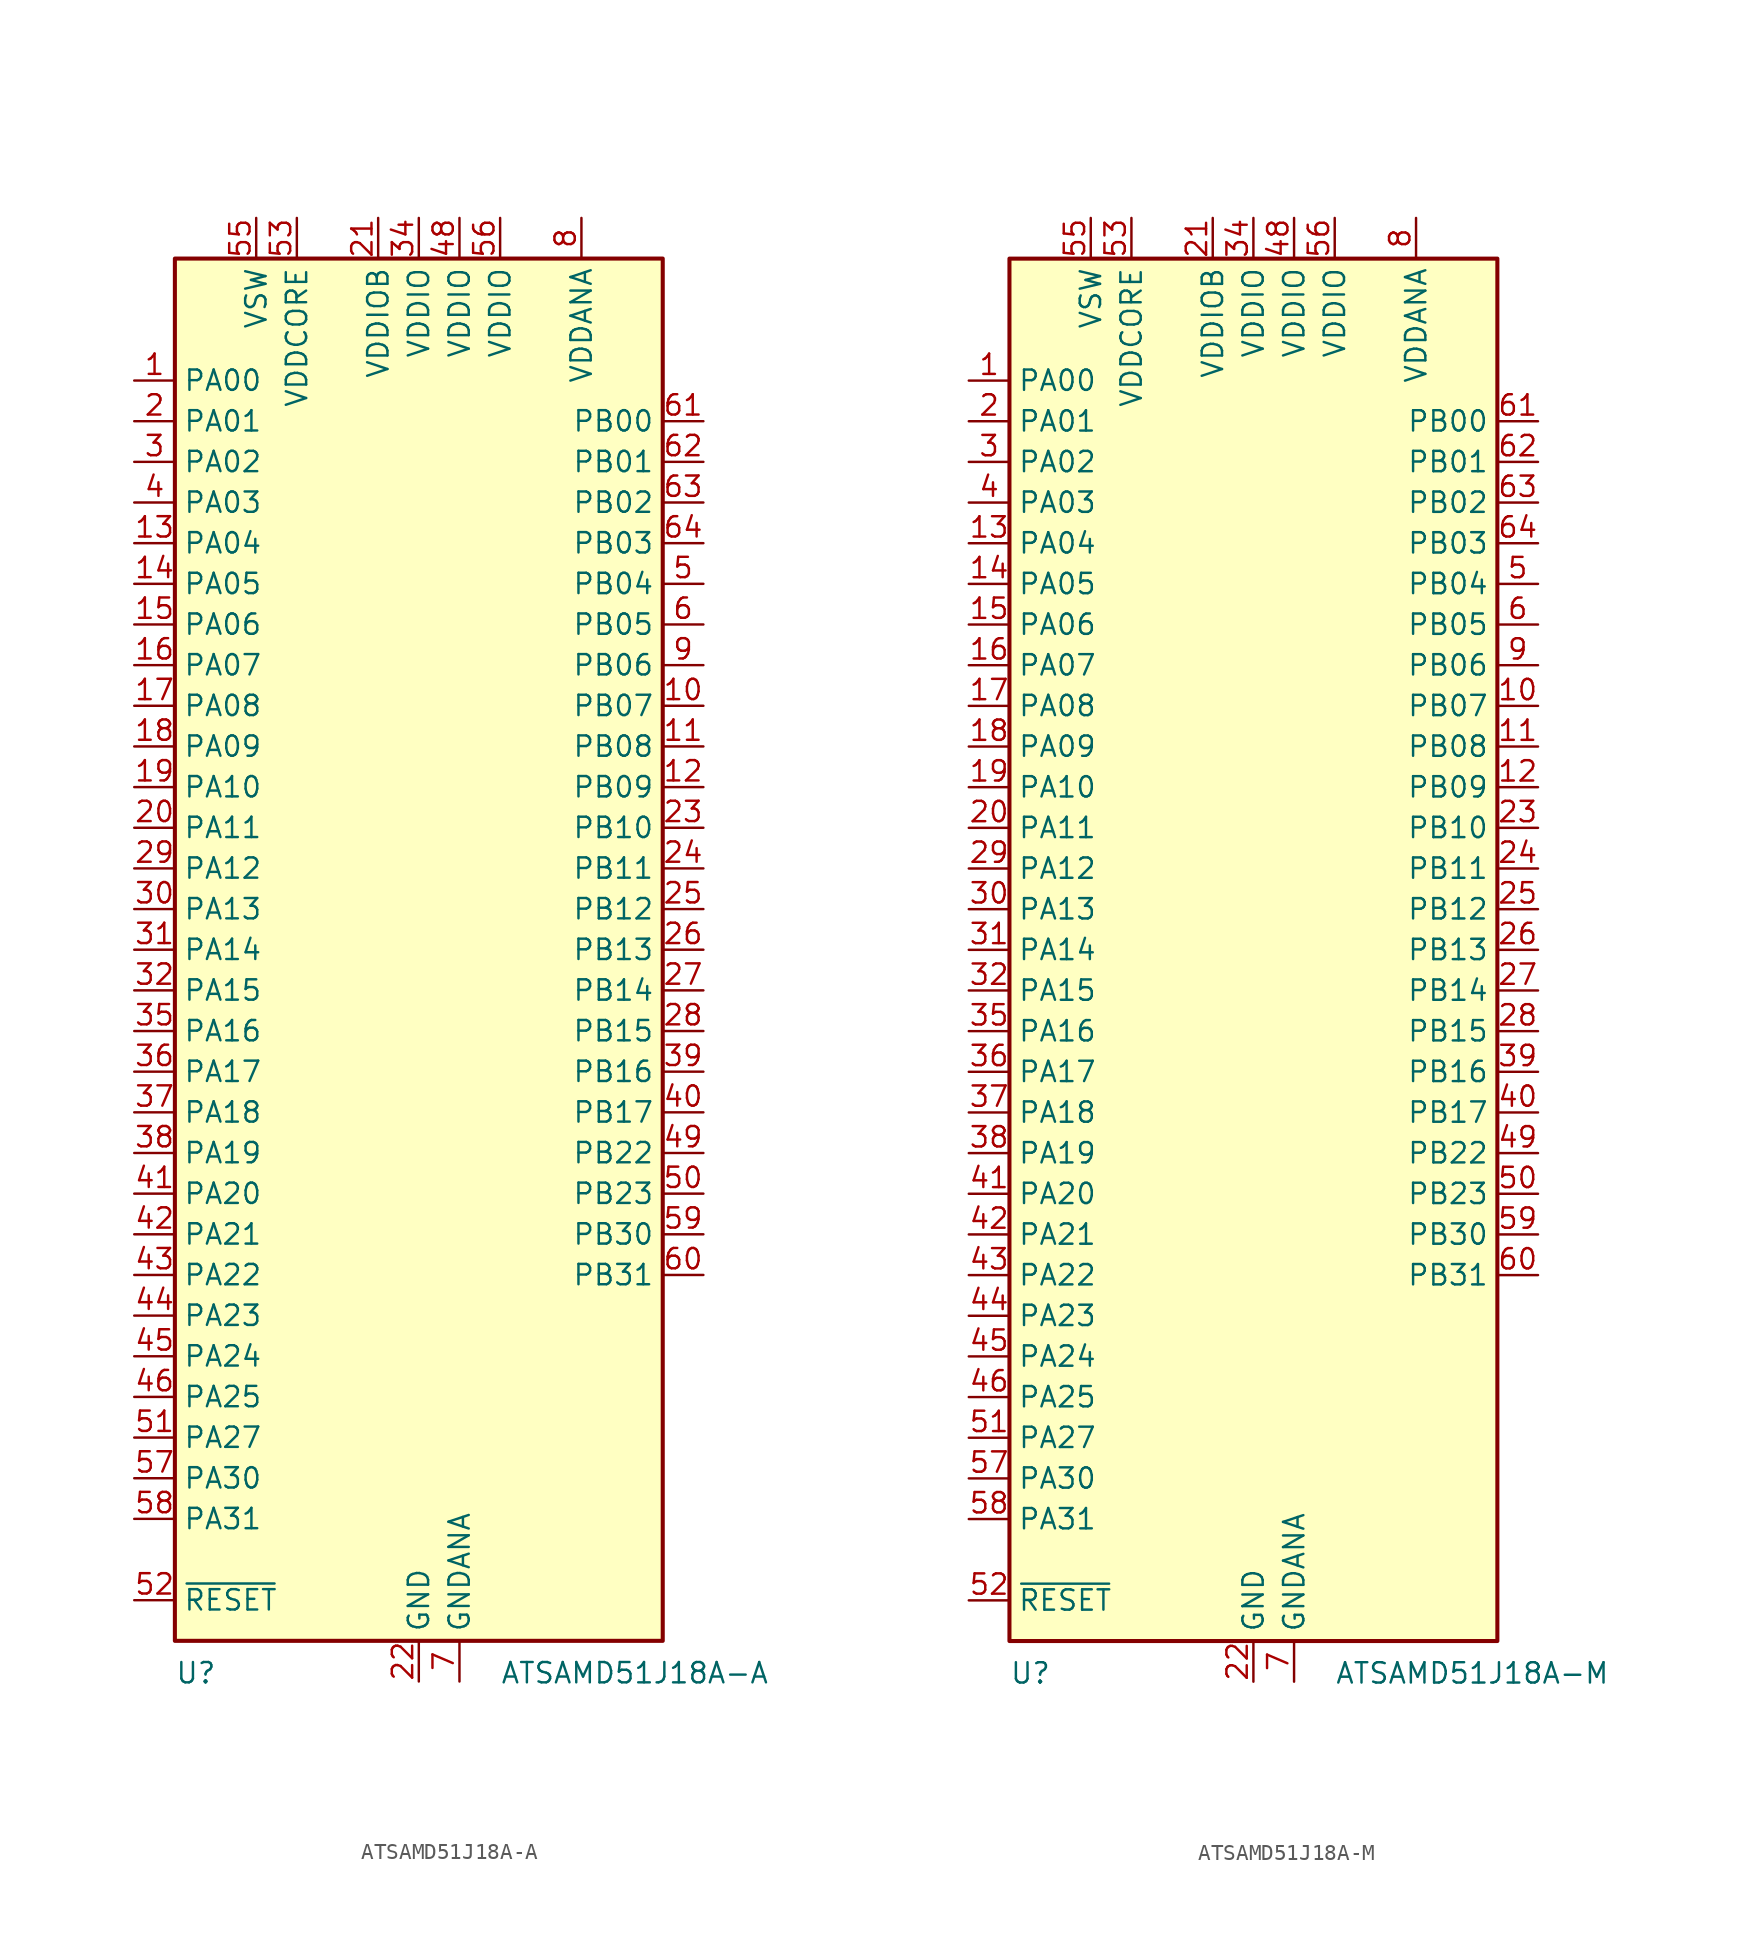
<source format=kicad_sym>
(kicad_symbol_lib
  (version 20201005)
  (generator kicad_symbol_editor)
  (symbol "MCU_Microchip_SAMD:ATSAMD51J18A-A"
    (property "Reference" "U"
      (at -15.24 -44.45 0)
      (effects (font (size 1.27 1.27)) (justify left top)))
    (property "Value" "ATSAMD51J18A-A"
      (at 5.08 -44.45 0)
      (effects (font (size 1.27 1.27)) (justify left top)))
    (symbol "ATSAMD51J18A-A_0_1"
      (rectangle (start -15.24 43.18) (end 15.24 -43.18) (stroke (width 0.254)) (fill (type background))))
    (symbol "ATSAMD51J18A-A_1_0"
      (pin bidirectional line (at 17.78 25.4 180) (length 2.54) (name "PB03" (effects (font (size 1.27 1.27)))) (number "64" (effects (font (size 1.27 1.27))))))
    (symbol "ATSAMD51J18A-A_1_1"
      (pin bidirectional line (at -17.78 35.56 0) (length 2.54) (name "PA00" (effects (font (size 1.27 1.27)))) (number "1" (effects (font (size 1.27 1.27)))))
      (pin bidirectional line (at 17.78 15.24 180) (length 2.54) (name "PB07" (effects (font (size 1.27 1.27)))) (number "10" (effects (font (size 1.27 1.27)))))
      (pin bidirectional line (at 17.78 12.7 180) (length 2.54) (name "PB08" (effects (font (size 1.27 1.27)))) (number "11" (effects (font (size 1.27 1.27)))))
      (pin bidirectional line (at 17.78 10.16 180) (length 2.54) (name "PB09" (effects (font (size 1.27 1.27)))) (number "12" (effects (font (size 1.27 1.27)))))
      (pin bidirectional line (at -17.78 25.4 0) (length 2.54) (name "PA04" (effects (font (size 1.27 1.27)))) (number "13" (effects (font (size 1.27 1.27)))))
      (pin bidirectional line (at -17.78 22.86 0) (length 2.54) (name "PA05" (effects (font (size 1.27 1.27)))) (number "14" (effects (font (size 1.27 1.27)))))
      (pin bidirectional line (at -17.78 20.32 0) (length 2.54) (name "PA06" (effects (font (size 1.27 1.27)))) (number "15" (effects (font (size 1.27 1.27)))))
      (pin bidirectional line (at -17.78 17.78 0) (length 2.54) (name "PA07" (effects (font (size 1.27 1.27)))) (number "16" (effects (font (size 1.27 1.27)))))
      (pin bidirectional line (at -17.78 15.24 0) (length 2.54) (name "PA08" (effects (font (size 1.27 1.27)))) (number "17" (effects (font (size 1.27 1.27)))))
      (pin bidirectional line (at -17.78 12.7 0) (length 2.54) (name "PA09" (effects (font (size 1.27 1.27)))) (number "18" (effects (font (size 1.27 1.27)))))
      (pin bidirectional line (at -17.78 10.16 0) (length 2.54) (name "PA10" (effects (font (size 1.27 1.27)))) (number "19" (effects (font (size 1.27 1.27)))))
      (pin bidirectional line (at -17.78 33.02 0) (length 2.54) (name "PA01" (effects (font (size 1.27 1.27)))) (number "2" (effects (font (size 1.27 1.27)))))
      (pin bidirectional line (at -17.78 7.62 0) (length 2.54) (name "PA11" (effects (font (size 1.27 1.27)))) (number "20" (effects (font (size 1.27 1.27)))))
      (pin power_in line (at -2.54 45.72 270) (length 2.54) (name "VDDIOB" (effects (font (size 1.27 1.27)))) (number "21" (effects (font (size 1.27 1.27)))))
      (pin power_in line (at 0 -45.72 90) (length 2.54) (name "GND" (effects (font (size 1.27 1.27)))) (number "22" (effects (font (size 1.27 1.27)))))
      (pin bidirectional line (at 17.78 7.62 180) (length 2.54) (name "PB10" (effects (font (size 1.27 1.27)))) (number "23" (effects (font (size 1.27 1.27)))))
      (pin bidirectional line (at 17.78 5.08 180) (length 2.54) (name "PB11" (effects (font (size 1.27 1.27)))) (number "24" (effects (font (size 1.27 1.27)))))
      (pin bidirectional line (at 17.78 2.54 180) (length 2.54) (name "PB12" (effects (font (size 1.27 1.27)))) (number "25" (effects (font (size 1.27 1.27)))))
      (pin bidirectional line (at 17.78 0 180) (length 2.54) (name "PB13" (effects (font (size 1.27 1.27)))) (number "26" (effects (font (size 1.27 1.27)))))
      (pin bidirectional line (at 17.78 -2.54 180) (length 2.54) (name "PB14" (effects (font (size 1.27 1.27)))) (number "27" (effects (font (size 1.27 1.27)))))
      (pin bidirectional line (at 17.78 -5.08 180) (length 2.54) (name "PB15" (effects (font (size 1.27 1.27)))) (number "28" (effects (font (size 1.27 1.27)))))
      (pin bidirectional line (at -17.78 5.08 0) (length 2.54) (name "PA12" (effects (font (size 1.27 1.27)))) (number "29" (effects (font (size 1.27 1.27)))))
      (pin bidirectional line (at -17.78 30.48 0) (length 2.54) (name "PA02" (effects (font (size 1.27 1.27)))) (number "3" (effects (font (size 1.27 1.27)))))
      (pin bidirectional line (at -17.78 2.54 0) (length 2.54) (name "PA13" (effects (font (size 1.27 1.27)))) (number "30" (effects (font (size 1.27 1.27)))))
      (pin bidirectional line (at -17.78 0 0) (length 2.54) (name "PA14" (effects (font (size 1.27 1.27)))) (number "31" (effects (font (size 1.27 1.27)))))
      (pin bidirectional line (at -17.78 -2.54 0) (length 2.54) (name "PA15" (effects (font (size 1.27 1.27)))) (number "32" (effects (font (size 1.27 1.27)))))
      (pin passive line (at 0 -45.72 90) (length 2.54) hide (name "GND" (effects (font (size 1.27 1.27)))) (number "33" (effects (font (size 1.27 1.27)))))
      (pin power_in line (at 0 45.72 270) (length 2.54) (name "VDDIO" (effects (font (size 1.27 1.27)))) (number "34" (effects (font (size 1.27 1.27)))))
      (pin bidirectional line (at -17.78 -5.08 0) (length 2.54) (name "PA16" (effects (font (size 1.27 1.27)))) (number "35" (effects (font (size 1.27 1.27)))))
      (pin bidirectional line (at -17.78 -7.62 0) (length 2.54) (name "PA17" (effects (font (size 1.27 1.27)))) (number "36" (effects (font (size 1.27 1.27)))))
      (pin bidirectional line (at -17.78 -10.16 0) (length 2.54) (name "PA18" (effects (font (size 1.27 1.27)))) (number "37" (effects (font (size 1.27 1.27)))))
      (pin bidirectional line (at -17.78 -12.7 0) (length 2.54) (name "PA19" (effects (font (size 1.27 1.27)))) (number "38" (effects (font (size 1.27 1.27)))))
      (pin bidirectional line (at 17.78 -7.62 180) (length 2.54) (name "PB16" (effects (font (size 1.27 1.27)))) (number "39" (effects (font (size 1.27 1.27)))))
      (pin bidirectional line (at -17.78 27.94 0) (length 2.54) (name "PA03" (effects (font (size 1.27 1.27)))) (number "4" (effects (font (size 1.27 1.27)))))
      (pin bidirectional line (at 17.78 -10.16 180) (length 2.54) (name "PB17" (effects (font (size 1.27 1.27)))) (number "40" (effects (font (size 1.27 1.27)))))
      (pin bidirectional line (at -17.78 -15.24 0) (length 2.54) (name "PA20" (effects (font (size 1.27 1.27)))) (number "41" (effects (font (size 1.27 1.27)))))
      (pin bidirectional line (at -17.78 -17.78 0) (length 2.54) (name "PA21" (effects (font (size 1.27 1.27)))) (number "42" (effects (font (size 1.27 1.27)))))
      (pin bidirectional line (at -17.78 -20.32 0) (length 2.54) (name "PA22" (effects (font (size 1.27 1.27)))) (number "43" (effects (font (size 1.27 1.27)))))
      (pin bidirectional line (at -17.78 -22.86 0) (length 2.54) (name "PA23" (effects (font (size 1.27 1.27)))) (number "44" (effects (font (size 1.27 1.27)))))
      (pin bidirectional line (at -17.78 -25.4 0) (length 2.54) (name "PA24" (effects (font (size 1.27 1.27)))) (number "45" (effects (font (size 1.27 1.27)))))
      (pin bidirectional line (at -17.78 -27.94 0) (length 2.54) (name "PA25" (effects (font (size 1.27 1.27)))) (number "46" (effects (font (size 1.27 1.27)))))
      (pin passive line (at 0 -45.72 90) (length 2.54) hide (name "GND" (effects (font (size 1.27 1.27)))) (number "47" (effects (font (size 1.27 1.27)))))
      (pin power_in line (at 2.54 45.72 270) (length 2.54) (name "VDDIO" (effects (font (size 1.27 1.27)))) (number "48" (effects (font (size 1.27 1.27)))))
      (pin bidirectional line (at 17.78 -12.7 180) (length 2.54) (name "PB22" (effects (font (size 1.27 1.27)))) (number "49" (effects (font (size 1.27 1.27)))))
      (pin bidirectional line (at 17.78 22.86 180) (length 2.54) (name "PB04" (effects (font (size 1.27 1.27)))) (number "5" (effects (font (size 1.27 1.27)))))
      (pin bidirectional line (at 17.78 -15.24 180) (length 2.54) (name "PB23" (effects (font (size 1.27 1.27)))) (number "50" (effects (font (size 1.27 1.27)))))
      (pin bidirectional line (at -17.78 -30.48 0) (length 2.54) (name "PA27" (effects (font (size 1.27 1.27)))) (number "51" (effects (font (size 1.27 1.27)))))
      (pin input line (at -17.78 -40.64 0) (length 2.54) (name "~RESET" (effects (font (size 1.27 1.27)))) (number "52" (effects (font (size 1.27 1.27)))))
      (pin power_out line (at -7.62 45.72 270) (length 2.54) (name "VDDCORE" (effects (font (size 1.27 1.27)))) (number "53" (effects (font (size 1.27 1.27)))))
      (pin passive line (at 0 -45.72 90) (length 2.54) hide (name "GND" (effects (font (size 1.27 1.27)))) (number "54" (effects (font (size 1.27 1.27)))))
      (pin power_in line (at -10.16 45.72 270) (length 2.54) (name "VSW" (effects (font (size 1.27 1.27)))) (number "55" (effects (font (size 1.27 1.27)))))
      (pin power_in line (at 5.08 45.72 270) (length 2.54) (name "VDDIO" (effects (font (size 1.27 1.27)))) (number "56" (effects (font (size 1.27 1.27)))))
      (pin bidirectional line (at -17.78 -33.02 0) (length 2.54) (name "PA30" (effects (font (size 1.27 1.27)))) (number "57" (effects (font (size 1.27 1.27)))))
      (pin bidirectional line (at -17.78 -35.56 0) (length 2.54) (name "PA31" (effects (font (size 1.27 1.27)))) (number "58" (effects (font (size 1.27 1.27)))))
      (pin bidirectional line (at 17.78 -17.78 180) (length 2.54) (name "PB30" (effects (font (size 1.27 1.27)))) (number "59" (effects (font (size 1.27 1.27)))))
      (pin bidirectional line (at 17.78 20.32 180) (length 2.54) (name "PB05" (effects (font (size 1.27 1.27)))) (number "6" (effects (font (size 1.27 1.27)))))
      (pin bidirectional line (at 17.78 -20.32 180) (length 2.54) (name "PB31" (effects (font (size 1.27 1.27)))) (number "60" (effects (font (size 1.27 1.27)))))
      (pin bidirectional line (at 17.78 33.02 180) (length 2.54) (name "PB00" (effects (font (size 1.27 1.27)))) (number "61" (effects (font (size 1.27 1.27)))))
      (pin bidirectional line (at 17.78 30.48 180) (length 2.54) (name "PB01" (effects (font (size 1.27 1.27)))) (number "62" (effects (font (size 1.27 1.27)))))
      (pin bidirectional line (at 17.78 27.94 180) (length 2.54) (name "PB02" (effects (font (size 1.27 1.27)))) (number "63" (effects (font (size 1.27 1.27)))))
      (pin power_in line (at 2.54 -45.72 90) (length 2.54) (name "GNDANA" (effects (font (size 1.27 1.27)))) (number "7" (effects (font (size 1.27 1.27)))))
      (pin power_in line (at 10.16 45.72 270) (length 2.54) (name "VDDANA" (effects (font (size 1.27 1.27)))) (number "8" (effects (font (size 1.27 1.27)))))
      (pin bidirectional line (at 17.78 17.78 180) (length 2.54) (name "PB06" (effects (font (size 1.27 1.27)))) (number "9" (effects (font (size 1.27 1.27)))))))
  (symbol "MCU_Microchip_SAMD:ATSAMD51J18A-M"
    (property "Reference" "U"
      (at -15.24 -44.45 0)
      (effects (font (size 1.27 1.27)) (justify left top)))
    (property "Value" "ATSAMD51J18A-M"
      (at 5.08 -44.45 0)
      (effects (font (size 1.27 1.27)) (justify left top)))
    (symbol "ATSAMD51J18A-M_0_1"
      (rectangle (start -15.24 43.18) (end 15.24 -43.18) (stroke (width 0.254)) (fill (type background))))
    (symbol "ATSAMD51J18A-M_1_0"
      (pin bidirectional line (at 17.78 25.4 180) (length 2.54) (name "PB03" (effects (font (size 1.27 1.27)))) (number "64" (effects (font (size 1.27 1.27))))))
    (symbol "ATSAMD51J18A-M_1_1"
      (pin bidirectional line (at -17.78 35.56 0) (length 2.54) (name "PA00" (effects (font (size 1.27 1.27)))) (number "1" (effects (font (size 1.27 1.27)))))
      (pin bidirectional line (at 17.78 15.24 180) (length 2.54) (name "PB07" (effects (font (size 1.27 1.27)))) (number "10" (effects (font (size 1.27 1.27)))))
      (pin bidirectional line (at 17.78 12.7 180) (length 2.54) (name "PB08" (effects (font (size 1.27 1.27)))) (number "11" (effects (font (size 1.27 1.27)))))
      (pin bidirectional line (at 17.78 10.16 180) (length 2.54) (name "PB09" (effects (font (size 1.27 1.27)))) (number "12" (effects (font (size 1.27 1.27)))))
      (pin bidirectional line (at -17.78 25.4 0) (length 2.54) (name "PA04" (effects (font (size 1.27 1.27)))) (number "13" (effects (font (size 1.27 1.27)))))
      (pin bidirectional line (at -17.78 22.86 0) (length 2.54) (name "PA05" (effects (font (size 1.27 1.27)))) (number "14" (effects (font (size 1.27 1.27)))))
      (pin bidirectional line (at -17.78 20.32 0) (length 2.54) (name "PA06" (effects (font (size 1.27 1.27)))) (number "15" (effects (font (size 1.27 1.27)))))
      (pin bidirectional line (at -17.78 17.78 0) (length 2.54) (name "PA07" (effects (font (size 1.27 1.27)))) (number "16" (effects (font (size 1.27 1.27)))))
      (pin bidirectional line (at -17.78 15.24 0) (length 2.54) (name "PA08" (effects (font (size 1.27 1.27)))) (number "17" (effects (font (size 1.27 1.27)))))
      (pin bidirectional line (at -17.78 12.7 0) (length 2.54) (name "PA09" (effects (font (size 1.27 1.27)))) (number "18" (effects (font (size 1.27 1.27)))))
      (pin bidirectional line (at -17.78 10.16 0) (length 2.54) (name "PA10" (effects (font (size 1.27 1.27)))) (number "19" (effects (font (size 1.27 1.27)))))
      (pin bidirectional line (at -17.78 33.02 0) (length 2.54) (name "PA01" (effects (font (size 1.27 1.27)))) (number "2" (effects (font (size 1.27 1.27)))))
      (pin bidirectional line (at -17.78 7.62 0) (length 2.54) (name "PA11" (effects (font (size 1.27 1.27)))) (number "20" (effects (font (size 1.27 1.27)))))
      (pin power_in line (at -2.54 45.72 270) (length 2.54) (name "VDDIOB" (effects (font (size 1.27 1.27)))) (number "21" (effects (font (size 1.27 1.27)))))
      (pin power_in line (at 0 -45.72 90) (length 2.54) (name "GND" (effects (font (size 1.27 1.27)))) (number "22" (effects (font (size 1.27 1.27)))))
      (pin bidirectional line (at 17.78 7.62 180) (length 2.54) (name "PB10" (effects (font (size 1.27 1.27)))) (number "23" (effects (font (size 1.27 1.27)))))
      (pin bidirectional line (at 17.78 5.08 180) (length 2.54) (name "PB11" (effects (font (size 1.27 1.27)))) (number "24" (effects (font (size 1.27 1.27)))))
      (pin bidirectional line (at 17.78 2.54 180) (length 2.54) (name "PB12" (effects (font (size 1.27 1.27)))) (number "25" (effects (font (size 1.27 1.27)))))
      (pin bidirectional line (at 17.78 0 180) (length 2.54) (name "PB13" (effects (font (size 1.27 1.27)))) (number "26" (effects (font (size 1.27 1.27)))))
      (pin bidirectional line (at 17.78 -2.54 180) (length 2.54) (name "PB14" (effects (font (size 1.27 1.27)))) (number "27" (effects (font (size 1.27 1.27)))))
      (pin bidirectional line (at 17.78 -5.08 180) (length 2.54) (name "PB15" (effects (font (size 1.27 1.27)))) (number "28" (effects (font (size 1.27 1.27)))))
      (pin bidirectional line (at -17.78 5.08 0) (length 2.54) (name "PA12" (effects (font (size 1.27 1.27)))) (number "29" (effects (font (size 1.27 1.27)))))
      (pin bidirectional line (at -17.78 30.48 0) (length 2.54) (name "PA02" (effects (font (size 1.27 1.27)))) (number "3" (effects (font (size 1.27 1.27)))))
      (pin bidirectional line (at -17.78 2.54 0) (length 2.54) (name "PA13" (effects (font (size 1.27 1.27)))) (number "30" (effects (font (size 1.27 1.27)))))
      (pin bidirectional line (at -17.78 0 0) (length 2.54) (name "PA14" (effects (font (size 1.27 1.27)))) (number "31" (effects (font (size 1.27 1.27)))))
      (pin bidirectional line (at -17.78 -2.54 0) (length 2.54) (name "PA15" (effects (font (size 1.27 1.27)))) (number "32" (effects (font (size 1.27 1.27)))))
      (pin passive line (at 0 -45.72 90) (length 2.54) hide (name "GND" (effects (font (size 1.27 1.27)))) (number "33" (effects (font (size 1.27 1.27)))))
      (pin power_in line (at 0 45.72 270) (length 2.54) (name "VDDIO" (effects (font (size 1.27 1.27)))) (number "34" (effects (font (size 1.27 1.27)))))
      (pin bidirectional line (at -17.78 -5.08 0) (length 2.54) (name "PA16" (effects (font (size 1.27 1.27)))) (number "35" (effects (font (size 1.27 1.27)))))
      (pin bidirectional line (at -17.78 -7.62 0) (length 2.54) (name "PA17" (effects (font (size 1.27 1.27)))) (number "36" (effects (font (size 1.27 1.27)))))
      (pin bidirectional line (at -17.78 -10.16 0) (length 2.54) (name "PA18" (effects (font (size 1.27 1.27)))) (number "37" (effects (font (size 1.27 1.27)))))
      (pin bidirectional line (at -17.78 -12.7 0) (length 2.54) (name "PA19" (effects (font (size 1.27 1.27)))) (number "38" (effects (font (size 1.27 1.27)))))
      (pin bidirectional line (at 17.78 -7.62 180) (length 2.54) (name "PB16" (effects (font (size 1.27 1.27)))) (number "39" (effects (font (size 1.27 1.27)))))
      (pin bidirectional line (at -17.78 27.94 0) (length 2.54) (name "PA03" (effects (font (size 1.27 1.27)))) (number "4" (effects (font (size 1.27 1.27)))))
      (pin bidirectional line (at 17.78 -10.16 180) (length 2.54) (name "PB17" (effects (font (size 1.27 1.27)))) (number "40" (effects (font (size 1.27 1.27)))))
      (pin bidirectional line (at -17.78 -15.24 0) (length 2.54) (name "PA20" (effects (font (size 1.27 1.27)))) (number "41" (effects (font (size 1.27 1.27)))))
      (pin bidirectional line (at -17.78 -17.78 0) (length 2.54) (name "PA21" (effects (font (size 1.27 1.27)))) (number "42" (effects (font (size 1.27 1.27)))))
      (pin bidirectional line (at -17.78 -20.32 0) (length 2.54) (name "PA22" (effects (font (size 1.27 1.27)))) (number "43" (effects (font (size 1.27 1.27)))))
      (pin bidirectional line (at -17.78 -22.86 0) (length 2.54) (name "PA23" (effects (font (size 1.27 1.27)))) (number "44" (effects (font (size 1.27 1.27)))))
      (pin bidirectional line (at -17.78 -25.4 0) (length 2.54) (name "PA24" (effects (font (size 1.27 1.27)))) (number "45" (effects (font (size 1.27 1.27)))))
      (pin bidirectional line (at -17.78 -27.94 0) (length 2.54) (name "PA25" (effects (font (size 1.27 1.27)))) (number "46" (effects (font (size 1.27 1.27)))))
      (pin passive line (at 0 -45.72 90) (length 2.54) hide (name "GND" (effects (font (size 1.27 1.27)))) (number "47" (effects (font (size 1.27 1.27)))))
      (pin power_in line (at 2.54 45.72 270) (length 2.54) (name "VDDIO" (effects (font (size 1.27 1.27)))) (number "48" (effects (font (size 1.27 1.27)))))
      (pin bidirectional line (at 17.78 -12.7 180) (length 2.54) (name "PB22" (effects (font (size 1.27 1.27)))) (number "49" (effects (font (size 1.27 1.27)))))
      (pin bidirectional line (at 17.78 22.86 180) (length 2.54) (name "PB04" (effects (font (size 1.27 1.27)))) (number "5" (effects (font (size 1.27 1.27)))))
      (pin bidirectional line (at 17.78 -15.24 180) (length 2.54) (name "PB23" (effects (font (size 1.27 1.27)))) (number "50" (effects (font (size 1.27 1.27)))))
      (pin bidirectional line (at -17.78 -30.48 0) (length 2.54) (name "PA27" (effects (font (size 1.27 1.27)))) (number "51" (effects (font (size 1.27 1.27)))))
      (pin input line (at -17.78 -40.64 0) (length 2.54) (name "~RESET" (effects (font (size 1.27 1.27)))) (number "52" (effects (font (size 1.27 1.27)))))
      (pin power_out line (at -7.62 45.72 270) (length 2.54) (name "VDDCORE" (effects (font (size 1.27 1.27)))) (number "53" (effects (font (size 1.27 1.27)))))
      (pin passive line (at 0 -45.72 90) (length 2.54) hide (name "GND" (effects (font (size 1.27 1.27)))) (number "54" (effects (font (size 1.27 1.27)))))
      (pin power_in line (at -10.16 45.72 270) (length 2.54) (name "VSW" (effects (font (size 1.27 1.27)))) (number "55" (effects (font (size 1.27 1.27)))))
      (pin power_in line (at 5.08 45.72 270) (length 2.54) (name "VDDIO" (effects (font (size 1.27 1.27)))) (number "56" (effects (font (size 1.27 1.27)))))
      (pin bidirectional line (at -17.78 -33.02 0) (length 2.54) (name "PA30" (effects (font (size 1.27 1.27)))) (number "57" (effects (font (size 1.27 1.27)))))
      (pin bidirectional line (at -17.78 -35.56 0) (length 2.54) (name "PA31" (effects (font (size 1.27 1.27)))) (number "58" (effects (font (size 1.27 1.27)))))
      (pin bidirectional line (at 17.78 -17.78 180) (length 2.54) (name "PB30" (effects (font (size 1.27 1.27)))) (number "59" (effects (font (size 1.27 1.27)))))
      (pin bidirectional line (at 17.78 20.32 180) (length 2.54) (name "PB05" (effects (font (size 1.27 1.27)))) (number "6" (effects (font (size 1.27 1.27)))))
      (pin bidirectional line (at 17.78 -20.32 180) (length 2.54) (name "PB31" (effects (font (size 1.27 1.27)))) (number "60" (effects (font (size 1.27 1.27)))))
      (pin bidirectional line (at 17.78 33.02 180) (length 2.54) (name "PB00" (effects (font (size 1.27 1.27)))) (number "61" (effects (font (size 1.27 1.27)))))
      (pin bidirectional line (at 17.78 30.48 180) (length 2.54) (name "PB01" (effects (font (size 1.27 1.27)))) (number "62" (effects (font (size 1.27 1.27)))))
      (pin bidirectional line (at 17.78 27.94 180) (length 2.54) (name "PB02" (effects (font (size 1.27 1.27)))) (number "63" (effects (font (size 1.27 1.27)))))
      (pin passive line (at 0 -45.72 90) (length 2.54) hide (name "GND" (effects (font (size 1.27 1.27)))) (number "65" (effects (font (size 1.27 1.27)))))
      (pin power_in line (at 2.54 -45.72 90) (length 2.54) (name "GNDANA" (effects (font (size 1.27 1.27)))) (number "7" (effects (font (size 1.27 1.27)))))
      (pin power_in line (at 10.16 45.72 270) (length 2.54) (name "VDDANA" (effects (font (size 1.27 1.27)))) (number "8" (effects (font (size 1.27 1.27)))))
      (pin bidirectional line (at 17.78 17.78 180) (length 2.54) (name "PB06" (effects (font (size 1.27 1.27)))) (number "9" (effects (font (size 1.27 1.27))))))))
</source>
